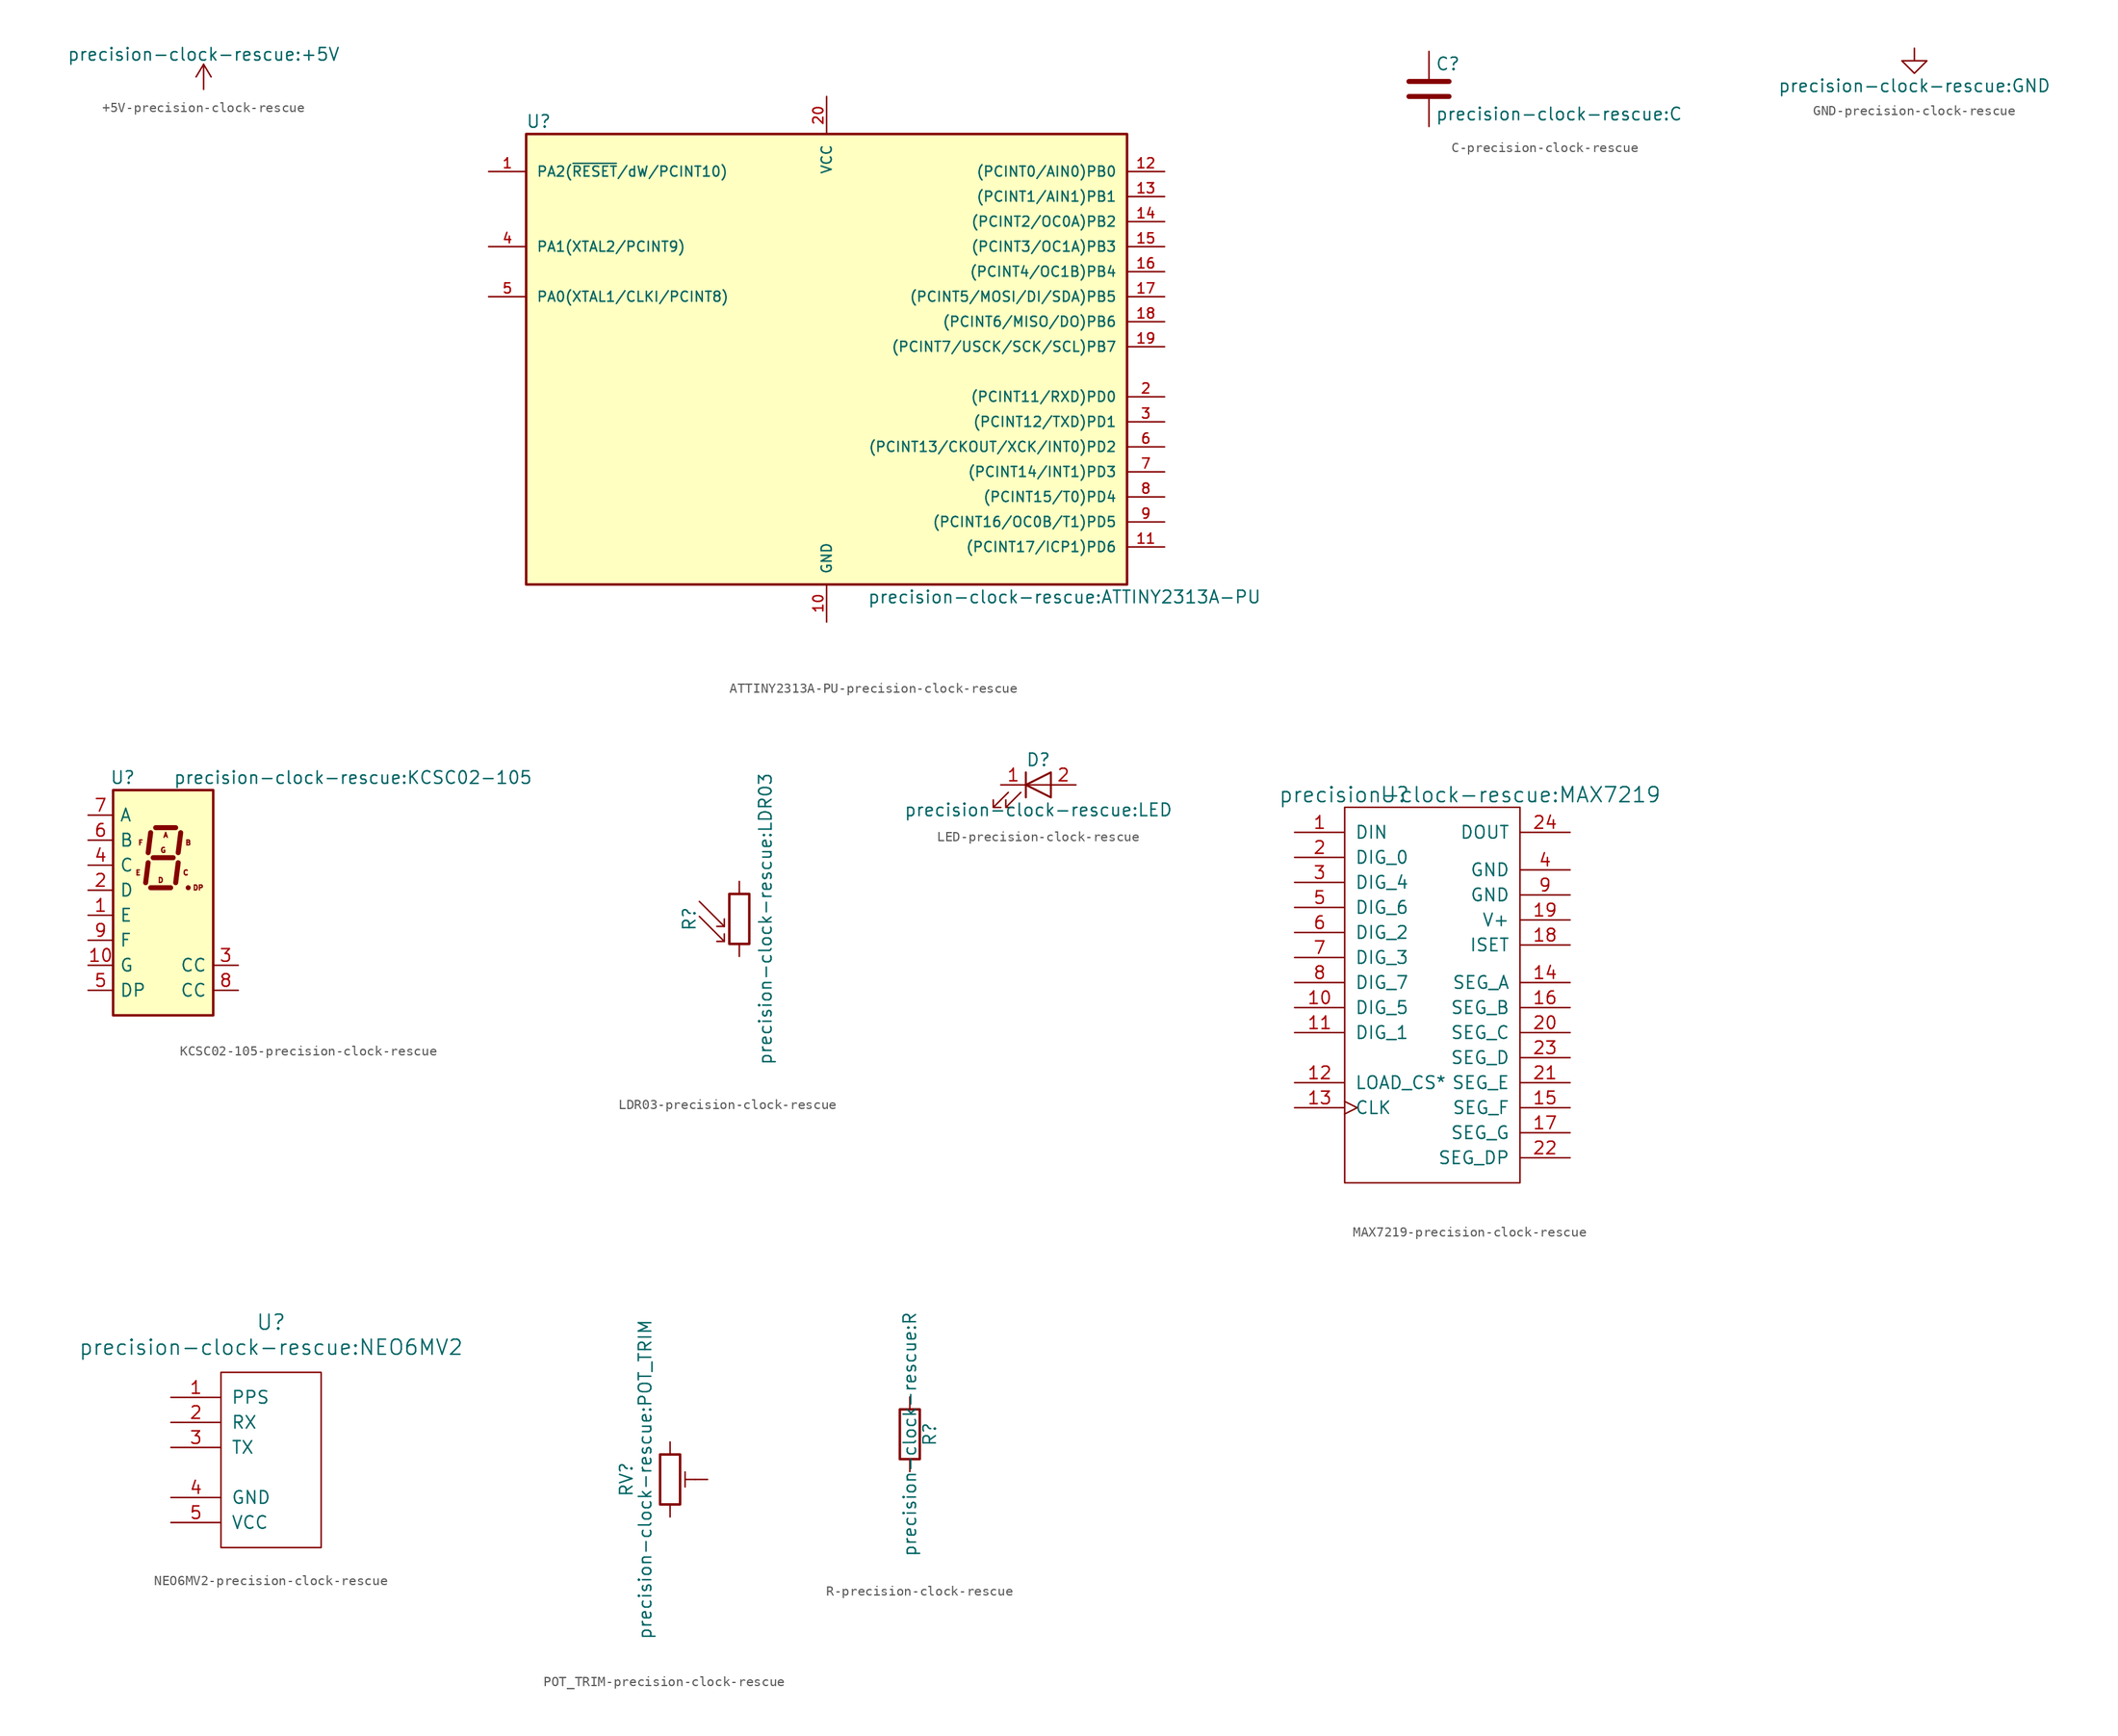
<source format=kicad_sym>
(kicad_symbol_lib
  (version 20231120)
  (generator "kicad_symbol_editor")
  (generator_version "8.0")
  (symbol "+5V-precision-clock-rescue"
    (power)
    (pin_names
      (offset 0))
    (property "Reference" "#PWR"
      (at 0 -3.81 0)
      (effects (font (size 1.27 1.27)) (hide yes)))
    (property "Value" "precision-clock-rescue:+5V"
      (at 0 3.556 0)
      (effects (font (size 1.27 1.27))))
    (symbol "+5V-precision-clock-rescue_0_1"
      (polyline (pts (xy -0.762 1.27) (xy 0 2.54)) (stroke (width 0) (type solid)) (fill (type none)))
      (polyline (pts (xy 0 0) (xy 0 2.54)) (stroke (width 0) (type solid)) (fill (type none)))
      (polyline (pts (xy 0 2.54) (xy 0.762 1.27)) (stroke (width 0) (type solid)) (fill (type none))))
    (symbol "+5V-precision-clock-rescue_1_1"
      (pin power_in line (at 0 0 90) (length 0) hide (name "+5V" (effects (font (size 1.27 1.27)))) (number "1" (effects (font (size 1.27 1.27)))))))
  (symbol "ATTINY2313A-PU-precision-clock-rescue"
    (pin_names
      (offset 1.016))
    (property "Reference" "U"
      (at -29.21 25.4 0)
      (effects (font (size 1.27 1.27))))
    (property "Value" "precision-clock-rescue:ATTINY2313A-PU"
      (at 24.13 -22.86 0)
      (effects (font (size 1.27 1.27))))
    (symbol "ATTINY2313A-PU-precision-clock-rescue_0_1"
      (rectangle (start 30.48 -21.59) (end -30.48 24.13) (stroke (width 0.254) (type solid)) (fill (type background))))
    (symbol "ATTINY2313A-PU-precision-clock-rescue_1_1"
      (pin input line (at -34.29 20.32 0) (length 3.81) (name "PA2(~{RESET}/dW/PCINT10)" (effects (font (size 1.016 1.016)))) (number "1" (effects (font (size 1.016 1.016)))))
      (pin power_in line (at 0 -25.4 90) (length 3.81) (name "GND" (effects (font (size 1.016 1.016)))) (number "10" (effects (font (size 1.016 1.016)))))
      (pin bidirectional line (at 34.29 -17.78 180) (length 3.81) (name "(PCINT17/ICP1)PD6" (effects (font (size 1.016 1.016)))) (number "11" (effects (font (size 1.016 1.016)))))
      (pin bidirectional line (at 34.29 20.32 180) (length 3.81) (name "(PCINT0/AIN0)PB0" (effects (font (size 1.016 1.016)))) (number "12" (effects (font (size 1.016 1.016)))))
      (pin bidirectional line (at 34.29 17.78 180) (length 3.81) (name "(PCINT1/AIN1)PB1" (effects (font (size 1.016 1.016)))) (number "13" (effects (font (size 1.016 1.016)))))
      (pin bidirectional line (at 34.29 15.24 180) (length 3.81) (name "(PCINT2/OC0A)PB2" (effects (font (size 1.016 1.016)))) (number "14" (effects (font (size 1.016 1.016)))))
      (pin bidirectional line (at 34.29 12.7 180) (length 3.81) (name "(PCINT3/OC1A)PB3" (effects (font (size 1.016 1.016)))) (number "15" (effects (font (size 1.016 1.016)))))
      (pin bidirectional line (at 34.29 10.16 180) (length 3.81) (name "(PCINT4/OC1B)PB4" (effects (font (size 1.016 1.016)))) (number "16" (effects (font (size 1.016 1.016)))))
      (pin bidirectional line (at 34.29 7.62 180) (length 3.81) (name "(PCINT5/MOSI/DI/SDA)PB5" (effects (font (size 1.016 1.016)))) (number "17" (effects (font (size 1.016 1.016)))))
      (pin bidirectional line (at 34.29 5.08 180) (length 3.81) (name "(PCINT6/MISO/DO)PB6" (effects (font (size 1.016 1.016)))) (number "18" (effects (font (size 1.016 1.016)))))
      (pin bidirectional line (at 34.29 2.54 180) (length 3.81) (name "(PCINT7/USCK/SCK/SCL)PB7" (effects (font (size 1.016 1.016)))) (number "19" (effects (font (size 1.016 1.016)))))
      (pin bidirectional line (at 34.29 -2.54 180) (length 3.81) (name "(PCINT11/RXD)PD0" (effects (font (size 1.016 1.016)))) (number "2" (effects (font (size 1.016 1.016)))))
      (pin power_in line (at 0 27.94 270) (length 3.81) (name "VCC" (effects (font (size 1.016 1.016)))) (number "20" (effects (font (size 1.016 1.016)))))
      (pin bidirectional line (at 34.29 -5.08 180) (length 3.81) (name "(PCINT12/TXD)PD1" (effects (font (size 1.016 1.016)))) (number "3" (effects (font (size 1.016 1.016)))))
      (pin input line (at -34.29 12.7 0) (length 3.81) (name "PA1(XTAL2/PCINT9)" (effects (font (size 1.016 1.016)))) (number "4" (effects (font (size 1.016 1.016)))))
      (pin input line (at -34.29 7.62 0) (length 3.81) (name "PA0(XTAL1/CLKI/PCINT8)" (effects (font (size 1.016 1.016)))) (number "5" (effects (font (size 1.016 1.016)))))
      (pin bidirectional line (at 34.29 -7.62 180) (length 3.81) (name "(PCINT13/CKOUT/XCK/INT0)PD2" (effects (font (size 1.016 1.016)))) (number "6" (effects (font (size 1.016 1.016)))))
      (pin bidirectional line (at 34.29 -10.16 180) (length 3.81) (name "(PCINT14/INT1)PD3" (effects (font (size 1.016 1.016)))) (number "7" (effects (font (size 1.016 1.016)))))
      (pin bidirectional line (at 34.29 -12.7 180) (length 3.81) (name "(PCINT15/T0)PD4" (effects (font (size 1.016 1.016)))) (number "8" (effects (font (size 1.016 1.016)))))
      (pin bidirectional line (at 34.29 -15.24 180) (length 3.81) (name "(PCINT16/OC0B/T1)PD5" (effects (font (size 1.016 1.016)))) (number "9" (effects (font (size 1.016 1.016)))))))
  (symbol "C-precision-clock-rescue"
    (pin_numbers hide)
    (pin_names
      (offset 0.254))
    (property "Reference" "C"
      (at 0.635 2.54 0)
      (effects (font (size 1.27 1.27)) (justify left)))
    (property "Value" "precision-clock-rescue:C"
      (at 0.635 -2.54 0)
      (effects (font (size 1.27 1.27)) (justify left)))
    (symbol "C-precision-clock-rescue_0_1"
      (polyline (pts (xy -2.032 -0.762) (xy 2.032 -0.762)) (stroke (width 0.508) (type solid)) (fill (type none)))
      (polyline (pts (xy -2.032 0.762) (xy 2.032 0.762)) (stroke (width 0.508) (type solid)) (fill (type none))))
    (symbol "C-precision-clock-rescue_1_1"
      (pin passive line (at 0 3.81 270) (length 2.794) (name "~" (effects (font (size 1.27 1.27)))) (number "1" (effects (font (size 1.27 1.27)))))
      (pin passive line (at 0 -3.81 90) (length 2.794) (name "~" (effects (font (size 1.27 1.27)))) (number "2" (effects (font (size 1.27 1.27)))))))
  (symbol "GND-precision-clock-rescue"
    (power)
    (pin_names
      (offset 0))
    (property "Reference" "#PWR"
      (at 0 -6.35 0)
      (effects (font (size 1.27 1.27)) (hide yes)))
    (property "Value" "precision-clock-rescue:GND"
      (at 0 -3.81 0)
      (effects (font (size 1.27 1.27))))
    (symbol "GND-precision-clock-rescue_0_1"
      (polyline (pts (xy 0 0) (xy 0 -1.27) (xy 1.27 -1.27) (xy 0 -2.54) (xy -1.27 -1.27) (xy 0 -1.27)) (stroke (width 0) (type solid)) (fill (type none))))
    (symbol "GND-precision-clock-rescue_1_1"
      (pin power_in line (at 0 0 270) (length 0) hide (name "GND" (effects (font (size 1.27 1.27)))) (number "1" (effects (font (size 1.27 1.27)))))))
  (symbol "KCSC02-105-precision-clock-rescue"
    (pin_names
      (offset 0.635))
    (property "Reference" "U"
      (at -2.794 11.43 0)
      (effects (font (size 1.27 1.27)) (justify right)))
    (property "Value" "precision-clock-rescue:KCSC02-105"
      (at 1.016 11.43 0)
      (effects (font (size 1.27 1.27)) (justify left)))
    (symbol "KCSC02-105-precision-clock-rescue_0_0"
      (text "A" (at 0.254 5.588 0) (effects (font (size 0.508 0.508))))
      (text "B" (at 2.54 4.826 0) (effects (font (size 0.508 0.508))))
      (text "C" (at 2.286 1.778 0) (effects (font (size 0.508 0.508))))
      (text "D" (at -0.254 1.016 0) (effects (font (size 0.508 0.508))))
      (text "DP" (at 3.556 0.254 0) (effects (font (size 0.508 0.508))))
      (text "E" (at -2.54 1.778 0) (effects (font (size 0.508 0.508))))
      (text "F" (at -2.286 4.826 0) (effects (font (size 0.508 0.508))))
      (text "G" (at 0 4.064 0) (effects (font (size 0.508 0.508)))))
    (symbol "KCSC02-105-precision-clock-rescue_0_1"
      (rectangle (start -5.08 10.16) (end 5.08 -12.7) (stroke (width 0.254) (type solid)) (fill (type background)))
      (polyline (pts (xy -1.524 2.794) (xy -1.778 0.762)) (stroke (width 0.508) (type solid)) (fill (type none)))
      (polyline (pts (xy -1.27 0.254) (xy 0.762 0.254)) (stroke (width 0.508) (type solid)) (fill (type none)))
      (polyline (pts (xy -1.27 5.842) (xy -1.524 3.81)) (stroke (width 0.508) (type solid)) (fill (type none)))
      (polyline (pts (xy -1.016 3.302) (xy 1.016 3.302)) (stroke (width 0.508) (type solid)) (fill (type none)))
      (polyline (pts (xy -0.762 6.35) (xy 1.27 6.35)) (stroke (width 0.508) (type solid)) (fill (type none)))
      (polyline (pts (xy 1.524 2.794) (xy 1.27 0.762)) (stroke (width 0.508) (type solid)) (fill (type none)))
      (polyline (pts (xy 1.778 5.842) (xy 1.524 3.81)) (stroke (width 0.508) (type solid)) (fill (type none)))
      (polyline (pts (xy 2.54 0.254) (xy 2.54 0.254)) (stroke (width 0.508) (type solid)) (fill (type none))))
    (symbol "KCSC02-105-precision-clock-rescue_1_1"
      (pin input line (at -7.62 -2.54 0) (length 2.54) (name "E" (effects (font (size 1.27 1.27)))) (number "1" (effects (font (size 1.27 1.27)))))
      (pin input line (at -7.62 -7.62 0) (length 2.54) (name "G" (effects (font (size 1.27 1.27)))) (number "10" (effects (font (size 1.27 1.27)))))
      (pin input line (at -7.62 0 0) (length 2.54) (name "D" (effects (font (size 1.27 1.27)))) (number "2" (effects (font (size 1.27 1.27)))))
      (pin input line (at 7.62 -7.62 180) (length 2.54) (name "CC" (effects (font (size 1.27 1.27)))) (number "3" (effects (font (size 1.27 1.27)))))
      (pin input line (at -7.62 2.54 0) (length 2.54) (name "C" (effects (font (size 1.27 1.27)))) (number "4" (effects (font (size 1.27 1.27)))))
      (pin input line (at -7.62 -10.16 0) (length 2.54) (name "DP" (effects (font (size 1.27 1.27)))) (number "5" (effects (font (size 1.27 1.27)))))
      (pin input line (at -7.62 5.08 0) (length 2.54) (name "B" (effects (font (size 1.27 1.27)))) (number "6" (effects (font (size 1.27 1.27)))))
      (pin input line (at -7.62 7.62 0) (length 2.54) (name "A" (effects (font (size 1.27 1.27)))) (number "7" (effects (font (size 1.27 1.27)))))
      (pin input line (at 7.62 -10.16 180) (length 2.54) (name "CC" (effects (font (size 1.27 1.27)))) (number "8" (effects (font (size 1.27 1.27)))))
      (pin input line (at -7.62 -5.08 0) (length 2.54) (name "F" (effects (font (size 1.27 1.27)))) (number "9" (effects (font (size 1.27 1.27)))))))
  (symbol "LDR03-precision-clock-rescue"
    (pin_numbers hide)
    (pin_names
      (offset 0))
    (property "Reference" "R"
      (at -5.08 0 90)
      (effects (font (size 1.27 1.27))))
    (property "Value" "precision-clock-rescue:LDR03"
      (at 1.905 0 90)
      (effects (font (size 1.27 1.27)) (justify top)))
    (symbol "LDR03-precision-clock-rescue_0_1"
      (rectangle (start -1.016 2.54) (end 1.016 -2.54) (stroke (width 0.254) (type solid)) (fill (type none)))
      (polyline (pts (xy -1.524 -2.286) (xy -4.064 0.254)) (stroke (width 0) (type solid)) (fill (type none)))
      (polyline (pts (xy -1.524 -2.286) (xy -2.286 -2.286)) (stroke (width 0) (type solid)) (fill (type none)))
      (polyline (pts (xy -1.524 -2.286) (xy -1.524 -1.524)) (stroke (width 0) (type solid)) (fill (type none)))
      (polyline (pts (xy -1.524 -0.762) (xy -4.064 1.778)) (stroke (width 0) (type solid)) (fill (type none)))
      (polyline (pts (xy -1.524 -0.762) (xy -2.286 -0.762)) (stroke (width 0) (type solid)) (fill (type none)))
      (polyline (pts (xy -1.524 -0.762) (xy -1.524 0)) (stroke (width 0) (type solid)) (fill (type none))))
    (symbol "LDR03-precision-clock-rescue_1_1"
      (pin passive line (at 0 3.81 270) (length 1.27) (name "~" (effects (font (size 1.27 1.27)))) (number "1" (effects (font (size 1.27 1.27)))))
      (pin passive line (at 0 -3.81 90) (length 1.27) (name "~" (effects (font (size 1.27 1.27)))) (number "2" (effects (font (size 1.27 1.27)))))))
  (symbol "LED-precision-clock-rescue"
    (pin_names
      (offset 1.016) hide)
    (property "Reference" "D"
      (at 0 2.54 0)
      (effects (font (size 1.27 1.27))))
    (property "Value" "precision-clock-rescue:LED"
      (at 0 -2.54 0)
      (effects (font (size 1.27 1.27))))
    (symbol "LED-precision-clock-rescue_0_1"
      (polyline (pts (xy -1.27 -1.27) (xy -1.27 1.27)) (stroke (width 0.203) (type solid)) (fill (type none)))
      (polyline (pts (xy -1.27 0) (xy 1.27 0)) (stroke (width 0) (type solid)) (fill (type none)))
      (polyline (pts (xy 1.27 -1.27) (xy 1.27 1.27) (xy -1.27 0) (xy 1.27 -1.27)) (stroke (width 0.203) (type solid)) (fill (type none)))
      (polyline (pts (xy -3.048 -0.762) (xy -4.572 -2.286) (xy -3.81 -2.286) (xy -4.572 -2.286) (xy -4.572 -1.524)) (stroke (width 0) (type solid)) (fill (type none)))
      (polyline (pts (xy -1.778 -0.762) (xy -3.302 -2.286) (xy -2.54 -2.286) (xy -3.302 -2.286) (xy -3.302 -1.524)) (stroke (width 0) (type solid)) (fill (type none))))
    (symbol "LED-precision-clock-rescue_1_1"
      (pin passive line (at -3.81 0 0) (length 2.54) (name "K" (effects (font (size 1.27 1.27)))) (number "1" (effects (font (size 1.27 1.27)))))
      (pin passive line (at 3.81 0 180) (length 2.54) (name "A" (effects (font (size 1.27 1.27)))) (number "2" (effects (font (size 1.27 1.27)))))))
  (symbol "MAX7219-precision-clock-rescue"
    (pin_names
      (offset 1.016))
    (property "Reference" "U"
      (at -6.35 27.94 0)
      (effects (font (size 1.524 1.524))))
    (property "Value" "precision-clock-rescue:MAX7219"
      (at 1.27 27.94 0)
      (effects (font (size 1.524 1.524))))
    (symbol "MAX7219-precision-clock-rescue_0_1"
      (rectangle (start -11.43 26.67) (end 6.35 -11.43) (stroke (width 0) (type solid)) (fill (type none))))
    (symbol "MAX7219-precision-clock-rescue_1_1"
      (pin input line (at -16.51 24.13 0) (length 5.08) (name "DIN" (effects (font (size 1.27 1.27)))) (number "1" (effects (font (size 1.27 1.27)))))
      (pin output line (at -16.51 6.35 0) (length 5.08) (name "DIG_5" (effects (font (size 1.27 1.27)))) (number "10" (effects (font (size 1.27 1.27)))))
      (pin output line (at -16.51 3.81 0) (length 5.08) (name "DIG_1" (effects (font (size 1.27 1.27)))) (number "11" (effects (font (size 1.27 1.27)))))
      (pin input line (at -16.51 -1.27 0) (length 5.08) (name "LOAD_CS*" (effects (font (size 1.27 1.27)))) (number "12" (effects (font (size 1.27 1.27)))))
      (pin input clock (at -16.51 -3.81 0) (length 5.08) (name "CLK" (effects (font (size 1.27 1.27)))) (number "13" (effects (font (size 1.27 1.27)))))
      (pin output line (at 11.43 8.89 180) (length 5.08) (name "SEG_A" (effects (font (size 1.27 1.27)))) (number "14" (effects (font (size 1.27 1.27)))))
      (pin output line (at 11.43 -3.81 180) (length 5.08) (name "SEG_F" (effects (font (size 1.27 1.27)))) (number "15" (effects (font (size 1.27 1.27)))))
      (pin output line (at 11.43 6.35 180) (length 5.08) (name "SEG_B" (effects (font (size 1.27 1.27)))) (number "16" (effects (font (size 1.27 1.27)))))
      (pin output line (at 11.43 -6.35 180) (length 5.08) (name "SEG_G" (effects (font (size 1.27 1.27)))) (number "17" (effects (font (size 1.27 1.27)))))
      (pin input line (at 11.43 12.7 180) (length 5.08) (name "ISET" (effects (font (size 1.27 1.27)))) (number "18" (effects (font (size 1.27 1.27)))))
      (pin power_in line (at 11.43 15.24 180) (length 5.08) (name "V+" (effects (font (size 1.27 1.27)))) (number "19" (effects (font (size 1.27 1.27)))))
      (pin output line (at -16.51 21.59 0) (length 5.08) (name "DIG_0" (effects (font (size 1.27 1.27)))) (number "2" (effects (font (size 1.27 1.27)))))
      (pin output line (at 11.43 3.81 180) (length 5.08) (name "SEG_C" (effects (font (size 1.27 1.27)))) (number "20" (effects (font (size 1.27 1.27)))))
      (pin output line (at 11.43 -1.27 180) (length 5.08) (name "SEG_E" (effects (font (size 1.27 1.27)))) (number "21" (effects (font (size 1.27 1.27)))))
      (pin output line (at 11.43 -8.89 180) (length 5.08) (name "SEG_DP" (effects (font (size 1.27 1.27)))) (number "22" (effects (font (size 1.27 1.27)))))
      (pin output line (at 11.43 1.27 180) (length 5.08) (name "SEG_D" (effects (font (size 1.27 1.27)))) (number "23" (effects (font (size 1.27 1.27)))))
      (pin output line (at 11.43 24.13 180) (length 5.08) (name "DOUT" (effects (font (size 1.27 1.27)))) (number "24" (effects (font (size 1.27 1.27)))))
      (pin output line (at -16.51 19.05 0) (length 5.08) (name "DIG_4" (effects (font (size 1.27 1.27)))) (number "3" (effects (font (size 1.27 1.27)))))
      (pin power_in line (at 11.43 20.32 180) (length 5.08) (name "GND" (effects (font (size 1.27 1.27)))) (number "4" (effects (font (size 1.27 1.27)))))
      (pin output line (at -16.51 16.51 0) (length 5.08) (name "DIG_6" (effects (font (size 1.27 1.27)))) (number "5" (effects (font (size 1.27 1.27)))))
      (pin output line (at -16.51 13.97 0) (length 5.08) (name "DIG_2" (effects (font (size 1.27 1.27)))) (number "6" (effects (font (size 1.27 1.27)))))
      (pin output line (at -16.51 11.43 0) (length 5.08) (name "DIG_3" (effects (font (size 1.27 1.27)))) (number "7" (effects (font (size 1.27 1.27)))))
      (pin output line (at -16.51 8.89 0) (length 5.08) (name "DIG_7" (effects (font (size 1.27 1.27)))) (number "8" (effects (font (size 1.27 1.27)))))
      (pin power_in line (at 11.43 17.78 180) (length 5.08) (name "GND" (effects (font (size 1.27 1.27)))) (number "9" (effects (font (size 1.27 1.27)))))))
  (symbol "NEO6MV2-precision-clock-rescue"
    (pin_names
      (offset 1.016))
    (property "Reference" "U"
      (at -11.43 34.29 0)
      (effects (font (size 1.524 1.524))))
    (property "Value" "precision-clock-rescue:NEO6MV2"
      (at -11.43 31.75 0)
      (effects (font (size 1.524 1.524))))
    (symbol "NEO6MV2-precision-clock-rescue_0_1"
      (rectangle (start -16.51 29.21) (end -6.35 11.43) (stroke (width 0) (type solid)) (fill (type none))))
    (symbol "NEO6MV2-precision-clock-rescue_1_1"
      (pin output line (at -21.59 26.67 0) (length 5.08) (name "PPS" (effects (font (size 1.27 1.27)))) (number "1" (effects (font (size 1.27 1.27)))))
      (pin output line (at -21.59 24.13 0) (length 5.08) (name "RX" (effects (font (size 1.27 1.27)))) (number "2" (effects (font (size 1.27 1.27)))))
      (pin output line (at -21.59 21.59 0) (length 5.08) (name "TX" (effects (font (size 1.27 1.27)))) (number "3" (effects (font (size 1.27 1.27)))))
      (pin output line (at -21.59 16.51 0) (length 5.08) (name "GND" (effects (font (size 1.27 1.27)))) (number "4" (effects (font (size 1.27 1.27)))))
      (pin output line (at -21.59 13.97 0) (length 5.08) (name "VCC" (effects (font (size 1.27 1.27)))) (number "5" (effects (font (size 1.27 1.27)))))))
  (symbol "POT_TRIM-precision-clock-rescue"
    (pin_numbers hide)
    (pin_names
      (offset 1.016) hide)
    (property "Reference" "RV"
      (at -4.445 0 90)
      (effects (font (size 1.27 1.27))))
    (property "Value" "precision-clock-rescue:POT_TRIM"
      (at -2.54 0 90)
      (effects (font (size 1.27 1.27))))
    (symbol "POT_TRIM-precision-clock-rescue_0_1"
      (polyline (pts (xy 1.524 0.762) (xy 1.524 -0.762)) (stroke (width 0) (type solid)) (fill (type none)))
      (polyline (pts (xy 2.54 0) (xy 1.524 0)) (stroke (width 0) (type solid)) (fill (type none)))
      (rectangle (start 1.016 2.54) (end -1.016 -2.54) (stroke (width 0.254) (type solid)) (fill (type none))))
    (symbol "POT_TRIM-precision-clock-rescue_1_1"
      (pin passive line (at 0 3.81 270) (length 1.27) (name "1" (effects (font (size 1.27 1.27)))) (number "1" (effects (font (size 1.27 1.27)))))
      (pin passive line (at 3.81 0 180) (length 1.27) (name "2" (effects (font (size 1.27 1.27)))) (number "2" (effects (font (size 1.27 1.27)))))
      (pin passive line (at 0 -3.81 90) (length 1.27) (name "3" (effects (font (size 1.27 1.27)))) (number "3" (effects (font (size 1.27 1.27)))))))
  (symbol "R-precision-clock-rescue"
    (pin_numbers hide)
    (pin_names
      (offset 0))
    (property "Reference" "R"
      (at 2.032 0 90)
      (effects (font (size 1.27 1.27))))
    (property "Value" "precision-clock-rescue:R"
      (at 0 0 90)
      (effects (font (size 1.27 1.27))))
    (symbol "R-precision-clock-rescue_0_1"
      (rectangle (start -1.016 -2.54) (end 1.016 2.54) (stroke (width 0.254) (type solid)) (fill (type none))))
    (symbol "R-precision-clock-rescue_1_1"
      (pin passive line (at 0 3.81 270) (length 1.27) (name "~" (effects (font (size 1.27 1.27)))) (number "1" (effects (font (size 1.27 1.27)))))
      (pin passive line (at 0 -3.81 90) (length 1.27) (name "~" (effects (font (size 1.27 1.27)))) (number "2" (effects (font (size 1.27 1.27))))))))
</source>
